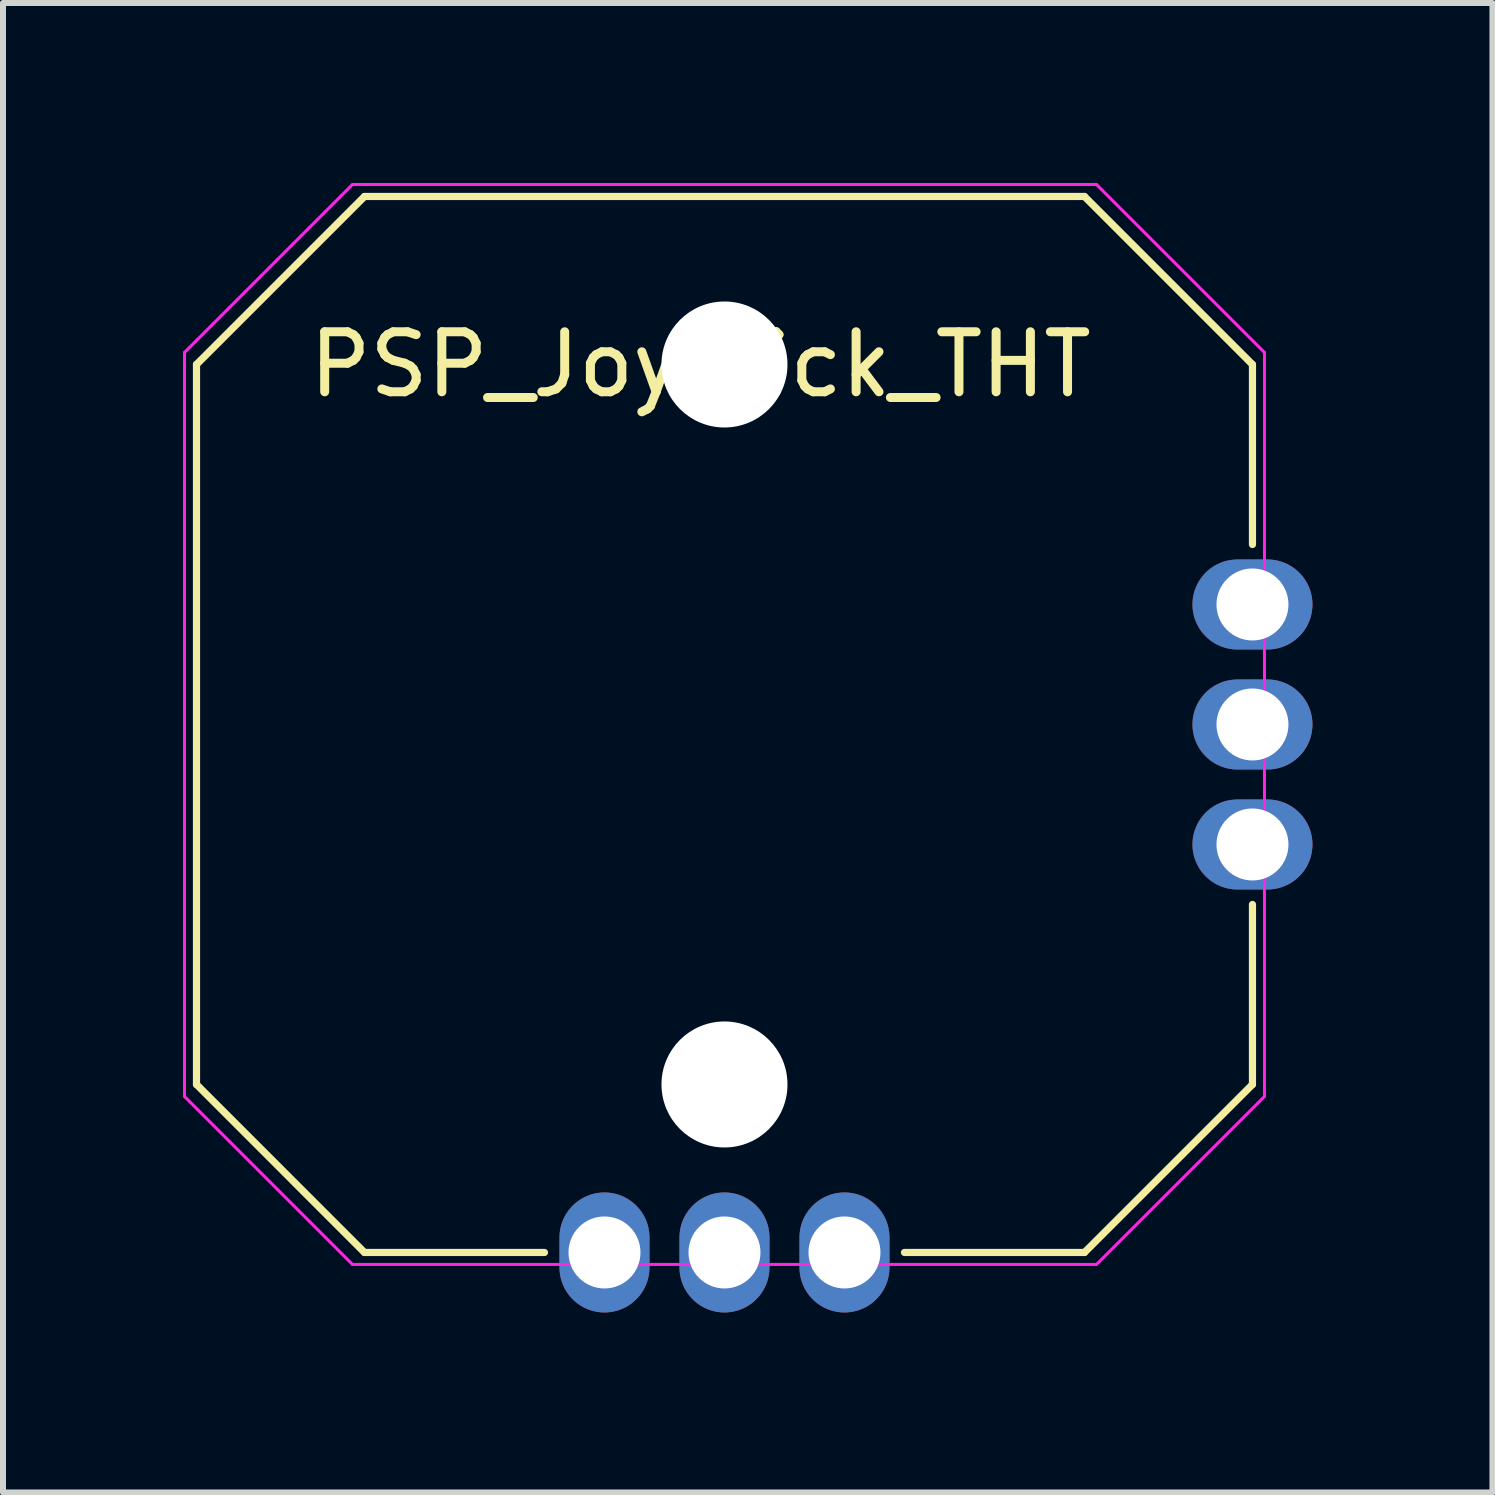
<source format=kicad_pcb>
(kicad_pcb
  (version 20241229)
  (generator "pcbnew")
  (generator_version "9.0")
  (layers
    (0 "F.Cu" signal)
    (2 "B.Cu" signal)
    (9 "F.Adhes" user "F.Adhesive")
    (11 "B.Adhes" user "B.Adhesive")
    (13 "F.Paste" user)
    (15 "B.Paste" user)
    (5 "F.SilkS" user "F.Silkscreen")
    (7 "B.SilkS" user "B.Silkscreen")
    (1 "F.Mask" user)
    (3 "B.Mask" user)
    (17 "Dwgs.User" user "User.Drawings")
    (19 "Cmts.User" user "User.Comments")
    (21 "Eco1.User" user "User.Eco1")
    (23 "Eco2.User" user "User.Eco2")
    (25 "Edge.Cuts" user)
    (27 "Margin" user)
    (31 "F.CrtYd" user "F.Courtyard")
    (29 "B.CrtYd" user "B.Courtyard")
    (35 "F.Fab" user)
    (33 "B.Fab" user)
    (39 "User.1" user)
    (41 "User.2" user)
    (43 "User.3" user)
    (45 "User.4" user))
  (footprint "PSP_Joystick_THT"
    (layer "F.Cu")
    (at 9.025 9.025)
    (property "Reference" "PSP_Joystick_THT" (at -7 -6 0) (layer "F.SilkS") (effects (font (size 1 1) (thickness 0.15)) (justify left)))
    (attr through_hole)
    (fp_line (start -8.8 -6) (end -6 -8.8) (stroke (width 0.12) (type default)) (layer "F.SilkS"))
    (fp_line (start -8.8 6) (end -8.8 -6) (stroke (width 0.12) (type default)) (layer "F.SilkS"))
    (fp_line (start -6 -8.8) (end 6 -8.8) (stroke (width 0.12) (type default)) (layer "F.SilkS"))
    (fp_line (start -6 8.8) (end -8.8 6) (stroke (width 0.12) (type default)) (layer "F.SilkS"))
    (fp_line (start -6 8.8) (end -3 8.8) (stroke (width 0.12) (type default)) (layer "F.SilkS"))
    (fp_line (start 3 8.8) (end 6 8.8) (stroke (width 0.12) (type default)) (layer "F.SilkS"))
    (fp_line (start 6 -8.8) (end 8.8 -6) (stroke (width 0.12) (type default)) (layer "F.SilkS"))
    (fp_line (start 8.8 -6) (end 8.8 -3) (stroke (width 0.12) (type default)) (layer "F.SilkS"))
    (fp_line (start 8.8 3) (end 8.8 6) (stroke (width 0.12) (type default)) (layer "F.SilkS"))
    (fp_line (start 8.8 6) (end 6 8.8) (stroke (width 0.12) (type default)) (layer "F.SilkS"))
    (fp_line (start -2 6) (end -1.5 6) (stroke (width 0.12) (type default)) (layer "Eco1.User"))
    (fp_line (start -2 7.5) (end -2 6) (stroke (width 0.12) (type default)) (layer "Eco1.User"))
    (fp_line (start -1.5 5.5) (end 1.5 5.5) (stroke (width 0.12) (type default)) (layer "Eco1.User"))
    (fp_line (start -1.5 6.5) (end -1.5 5.5) (stroke (width 0.12) (type default)) (layer "Eco1.User"))
    (fp_line (start -0.25 6.75) (end 0.25 6.75) (stroke (width 0.12) (type default)) (layer "Eco1.User"))
    (fp_line (start 0 6.5) (end -0.25 6.75) (stroke (width 0.12) (type default)) (layer "Eco1.User"))
    (fp_line (start 0 7.5) (end 0 6.5) (stroke (width 0.12) (type default)) (layer "Eco1.User"))
    (fp_line (start 0.25 6.75) (end 0 6.5) (stroke (width 0.12) (type default)) (layer "Eco1.User"))
    (fp_line (start 1.5 5.5) (end 1.5 6.5) (stroke (width 0.12) (type default)) (layer "Eco1.User"))
    (fp_line (start 1.5 6.5) (end -1.5 6.5) (stroke (width 0.12) (type default)) (layer "Eco1.User"))
    (fp_line (start 2 6) (end 1.5 6) (stroke (width 0.12) (type default)) (layer "Eco1.User"))
    (fp_line (start 2 7.5) (end 2 6) (stroke (width 0.12) (type default)) (layer "Eco1.User"))
    (fp_line (start 5.5 -1.5) (end 6.5 -1.5) (stroke (width 0.12) (type default)) (layer "Eco1.User"))
    (fp_line (start 5.5 1.5) (end 5.5 -1.5) (stroke (width 0.12) (type default)) (layer "Eco1.User"))
    (fp_line (start 6 -2) (end 6 -1.5) (stroke (width 0.12) (type default)) (layer "Eco1.User"))
    (fp_line (start 6 2) (end 6 1.5) (stroke (width 0.12) (type default)) (layer "Eco1.User"))
    (fp_line (start 6.5 -1.5) (end 6.5 1.5) (stroke (width 0.12) (type default)) (layer "Eco1.User"))
    (fp_line (start 6.5 0) (end 6.75 0.25) (stroke (width 0.12) (type default)) (layer "Eco1.User"))
    (fp_line (start 6.5 1.5) (end 5.5 1.5) (stroke (width 0.12) (type default)) (layer "Eco1.User"))
    (fp_line (start 6.75 -0.25) (end 6.5 0) (stroke (width 0.12) (type default)) (layer "Eco1.User"))
    (fp_line (start 6.75 0.25) (end 6.75 -0.25) (stroke (width 0.12) (type default)) (layer "Eco1.User"))
    (fp_line (start 7.5 -2) (end 6 -2) (stroke (width 0.12) (type default)) (layer "Eco1.User"))
    (fp_line (start 7.5 0) (end 6.5 0) (stroke (width 0.12) (type default)) (layer "Eco1.User"))
    (fp_line (start 7.5 2) (end 6 2) (stroke (width 0.12) (type default)) (layer "Eco1.User"))
    (fp_line (start -9 -6.2) (end -6.2 -9) (stroke (width 0.05) (type default)) (layer "F.CrtYd"))
    (fp_line (start -9 6.2) (end -9 -6.2) (stroke (width 0.05) (type default)) (layer "F.CrtYd"))
    (fp_line (start -6.2 -9) (end 6.2 -9) (stroke (width 0.05) (type default)) (layer "F.CrtYd"))
    (fp_line (start -6.2 9) (end -9 6.2) (stroke (width 0.05) (type default)) (layer "F.CrtYd"))
    (fp_line (start 6.2 -9) (end 9 -6.2) (stroke (width 0.05) (type default)) (layer "F.CrtYd"))
    (fp_line (start 6.2 9) (end -6.2 9) (stroke (width 0.05) (type default)) (layer "F.CrtYd"))
    (fp_line (start 9 -6.2) (end 9 6.2) (stroke (width 0.05) (type default)) (layer "F.CrtYd"))
    (fp_line (start 9 6.2) (end 6.2 9) (stroke (width 0.05) (type default)) (layer "F.CrtYd"))
    (pad "" np_thru_hole circle (at 0 -6 90) (size 2.1 2.1) (drill 2.1) (layers "*.Cu" "*.Mask"))
    (pad "" np_thru_hole circle (at 0 6 90) (size 2.1 2.1) (drill 2.1) (layers "*.Cu" "*.Mask"))
    (pad "1" thru_hole oval (at 8.8 -2 90) (size 1.5 2) (drill 1.2) (layers "*.Cu" "*.Mask"))
    (pad "2" thru_hole oval (at 8.8 0 90) (size 1.5 2) (drill 1.2) (layers "*.Cu" "*.Mask"))
    (pad "3" thru_hole oval (at 8.8 2 90) (size 1.5 2) (drill 1.2) (layers "*.Cu" "*.Mask"))
    (pad "4" thru_hole oval (at 2 8.8 90) (size 2 1.5) (drill 1.2) (layers "*.Cu" "*.Mask"))
    (pad "5" thru_hole oval (at 0 8.8 90) (size 2 1.5) (drill 1.2) (layers "*.Cu" "*.Mask"))
    (pad "6" thru_hole oval (at -2 8.8 90) (size 2 1.5) (drill 1.2) (layers "*.Cu" "*.Mask")))
  (gr_rect
    (start -3 -3)
    (end 21.825 21.825)
    (stroke (width 0.1) (type default))
    (fill no)
    (layer "Edge.Cuts")))
</source>
